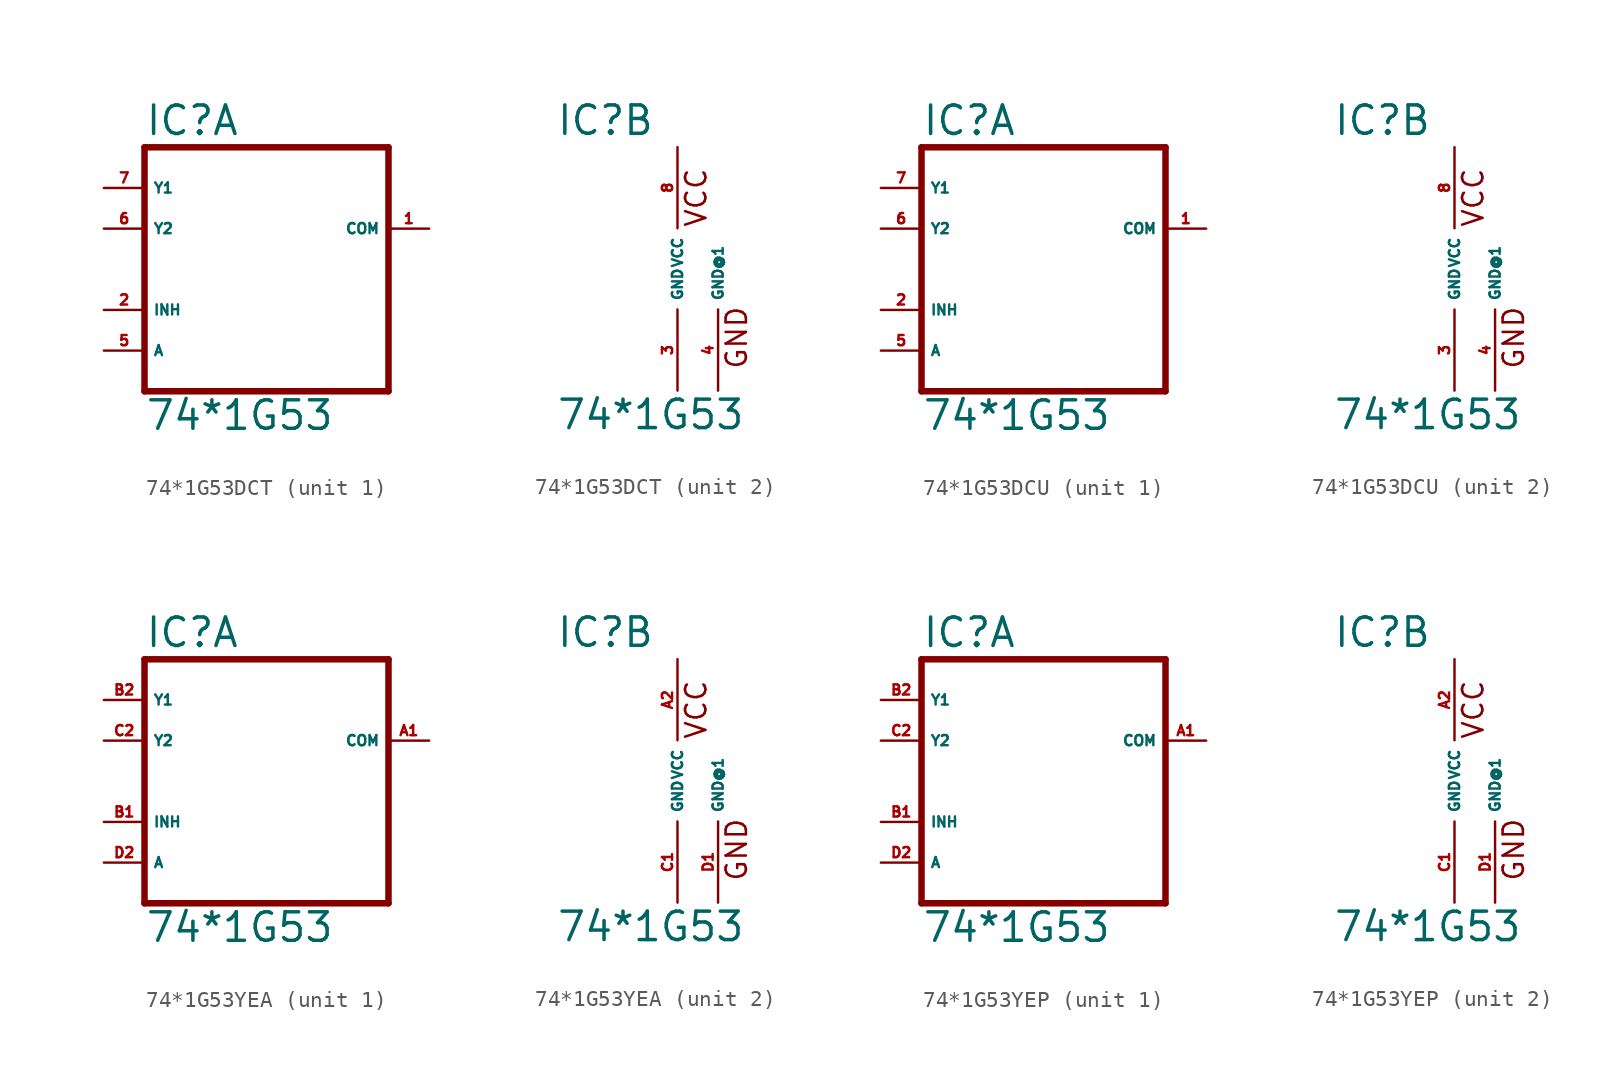
<source format=kicad_sym>
(kicad_symbol_lib
  (version 20220914)
  (generator Eagle2Kicad)
  (symbol "74*1G53DCT"
    (property "Reference" "IC"
      (at -7.62 8.255 0)
      (effects (font (size 1.778 1.778) (thickness 0.22)) (justify left bottom)))
    (property "Value" "74*1G53"
      (at -7.62 -10.16 0)
      (effects (font (size 1.778 1.778) (thickness 0.22)) (justify left bottom)))
    (symbol "74*1G53DCT_1_0"
      (polyline (pts (xy -7.62 -7.62) (xy 7.62 -7.62)) (stroke (width 0.406) (type default)) (fill (type none)))
      (polyline (pts (xy 7.62 -7.62) (xy 7.62 7.62)) (stroke (width 0.406) (type default)) (fill (type none)))
      (polyline (pts (xy 7.62 7.62) (xy -7.62 7.62)) (stroke (width 0.406) (type default)) (fill (type none)))
      (polyline (pts (xy -7.62 7.62) (xy -7.62 -7.62)) (stroke (width 0.406) (type default)) (fill (type none)))
      (pin input line (at -10.16 -5.08 0) (length 2.54) (name "A" (effects (font (size 0.635 0.635) (thickness 0.08)) (justify left bottom))) (number "5" (effects (font (size 0.635 0.635) (thickness 0.08)) (justify left bottom))))
      (pin bidirectional line (at -10.16 5.08 0) (length 2.54) (name "Y1" (effects (font (size 0.635 0.635) (thickness 0.08)) (justify left bottom))) (number "7" (effects (font (size 0.635 0.635) (thickness 0.08)) (justify left bottom))))
      (pin bidirectional line (at -10.16 2.54 0) (length 2.54) (name "Y2" (effects (font (size 0.635 0.635) (thickness 0.08)) (justify left bottom))) (number "6" (effects (font (size 0.635 0.635) (thickness 0.08)) (justify left bottom))))
      (pin bidirectional line (at 10.16 2.54 180) (length 2.54) (name "COM" (effects (font (size 0.635 0.635) (thickness 0.08)) (justify left bottom))) (number "1" (effects (font (size 0.635 0.635) (thickness 0.08)) (justify left bottom))))
      (pin input line (at -10.16 -2.54 0) (length 2.54) (name "INH" (effects (font (size 0.635 0.635) (thickness 0.08)) (justify left bottom))) (number "2" (effects (font (size 0.635 0.635) (thickness 0.08)) (justify left bottom)))))
    (symbol "74*1G53DCT_2_0"
      (text "GND" (at 4.445 -6.35 900) (effects (font (size 1.27 1.27) (thickness 0.16)) (justify left bottom)))
      (text "VCC" (at 1.905 2.54 900) (effects (font (size 1.27 1.27) (thickness 0.16)) (justify left bottom)))
      (pin unspecified line (at 0 -7.62 90) (length 5.08) (name "GND" (effects (font (size 0.635 0.635) (thickness 0.08)) (justify left bottom))) (number "3" (effects (font (size 0.635 0.635) (thickness 0.08)) (justify left bottom))))
      (pin unspecified line (at 0 7.62 270) (length 5.08) (name "VCC" (effects (font (size 0.635 0.635) (thickness 0.08)) (justify left bottom))) (number "8" (effects (font (size 0.635 0.635) (thickness 0.08)) (justify left bottom))))
      (pin unspecified line (at 2.54 -7.62 90) (length 5.08) (name "GND@1" (effects (font (size 0.635 0.635) (thickness 0.08)) (justify left bottom))) (number "4" (effects (font (size 0.635 0.635) (thickness 0.08)) (justify left bottom))))))
  (symbol "74*1G53DCU"
    (property "Reference" "IC"
      (at -7.62 8.255 0)
      (effects (font (size 1.778 1.778) (thickness 0.22)) (justify left bottom)))
    (property "Value" "74*1G53"
      (at -7.62 -10.16 0)
      (effects (font (size 1.778 1.778) (thickness 0.22)) (justify left bottom)))
    (symbol "74*1G53DCU_1_0"
      (polyline (pts (xy -7.62 -7.62) (xy 7.62 -7.62)) (stroke (width 0.406) (type default)) (fill (type none)))
      (polyline (pts (xy 7.62 -7.62) (xy 7.62 7.62)) (stroke (width 0.406) (type default)) (fill (type none)))
      (polyline (pts (xy 7.62 7.62) (xy -7.62 7.62)) (stroke (width 0.406) (type default)) (fill (type none)))
      (polyline (pts (xy -7.62 7.62) (xy -7.62 -7.62)) (stroke (width 0.406) (type default)) (fill (type none)))
      (pin input line (at -10.16 -5.08 0) (length 2.54) (name "A" (effects (font (size 0.635 0.635) (thickness 0.08)) (justify left bottom))) (number "5" (effects (font (size 0.635 0.635) (thickness 0.08)) (justify left bottom))))
      (pin bidirectional line (at -10.16 5.08 0) (length 2.54) (name "Y1" (effects (font (size 0.635 0.635) (thickness 0.08)) (justify left bottom))) (number "7" (effects (font (size 0.635 0.635) (thickness 0.08)) (justify left bottom))))
      (pin bidirectional line (at -10.16 2.54 0) (length 2.54) (name "Y2" (effects (font (size 0.635 0.635) (thickness 0.08)) (justify left bottom))) (number "6" (effects (font (size 0.635 0.635) (thickness 0.08)) (justify left bottom))))
      (pin bidirectional line (at 10.16 2.54 180) (length 2.54) (name "COM" (effects (font (size 0.635 0.635) (thickness 0.08)) (justify left bottom))) (number "1" (effects (font (size 0.635 0.635) (thickness 0.08)) (justify left bottom))))
      (pin input line (at -10.16 -2.54 0) (length 2.54) (name "INH" (effects (font (size 0.635 0.635) (thickness 0.08)) (justify left bottom))) (number "2" (effects (font (size 0.635 0.635) (thickness 0.08)) (justify left bottom)))))
    (symbol "74*1G53DCU_2_0"
      (text "GND" (at 4.445 -6.35 900) (effects (font (size 1.27 1.27) (thickness 0.16)) (justify left bottom)))
      (text "VCC" (at 1.905 2.54 900) (effects (font (size 1.27 1.27) (thickness 0.16)) (justify left bottom)))
      (pin unspecified line (at 0 -7.62 90) (length 5.08) (name "GND" (effects (font (size 0.635 0.635) (thickness 0.08)) (justify left bottom))) (number "3" (effects (font (size 0.635 0.635) (thickness 0.08)) (justify left bottom))))
      (pin unspecified line (at 0 7.62 270) (length 5.08) (name "VCC" (effects (font (size 0.635 0.635) (thickness 0.08)) (justify left bottom))) (number "8" (effects (font (size 0.635 0.635) (thickness 0.08)) (justify left bottom))))
      (pin unspecified line (at 2.54 -7.62 90) (length 5.08) (name "GND@1" (effects (font (size 0.635 0.635) (thickness 0.08)) (justify left bottom))) (number "4" (effects (font (size 0.635 0.635) (thickness 0.08)) (justify left bottom))))))
  (symbol "74*1G53YEA"
    (property "Reference" "IC"
      (at -7.62 8.255 0)
      (effects (font (size 1.778 1.778) (thickness 0.22)) (justify left bottom)))
    (property "Value" "74*1G53"
      (at -7.62 -10.16 0)
      (effects (font (size 1.778 1.778) (thickness 0.22)) (justify left bottom)))
    (symbol "74*1G53YEA_1_0"
      (polyline (pts (xy -7.62 -7.62) (xy 7.62 -7.62)) (stroke (width 0.406) (type default)) (fill (type none)))
      (polyline (pts (xy 7.62 -7.62) (xy 7.62 7.62)) (stroke (width 0.406) (type default)) (fill (type none)))
      (polyline (pts (xy 7.62 7.62) (xy -7.62 7.62)) (stroke (width 0.406) (type default)) (fill (type none)))
      (polyline (pts (xy -7.62 7.62) (xy -7.62 -7.62)) (stroke (width 0.406) (type default)) (fill (type none)))
      (pin input line (at -10.16 -5.08 0) (length 2.54) (name "A" (effects (font (size 0.635 0.635) (thickness 0.08)) (justify left bottom))) (number "D2" (effects (font (size 0.635 0.635) (thickness 0.08)) (justify left bottom))))
      (pin bidirectional line (at -10.16 5.08 0) (length 2.54) (name "Y1" (effects (font (size 0.635 0.635) (thickness 0.08)) (justify left bottom))) (number "B2" (effects (font (size 0.635 0.635) (thickness 0.08)) (justify left bottom))))
      (pin bidirectional line (at -10.16 2.54 0) (length 2.54) (name "Y2" (effects (font (size 0.635 0.635) (thickness 0.08)) (justify left bottom))) (number "C2" (effects (font (size 0.635 0.635) (thickness 0.08)) (justify left bottom))))
      (pin bidirectional line (at 10.16 2.54 180) (length 2.54) (name "COM" (effects (font (size 0.635 0.635) (thickness 0.08)) (justify left bottom))) (number "A1" (effects (font (size 0.635 0.635) (thickness 0.08)) (justify left bottom))))
      (pin input line (at -10.16 -2.54 0) (length 2.54) (name "INH" (effects (font (size 0.635 0.635) (thickness 0.08)) (justify left bottom))) (number "B1" (effects (font (size 0.635 0.635) (thickness 0.08)) (justify left bottom)))))
    (symbol "74*1G53YEA_2_0"
      (text "GND" (at 4.445 -6.35 900) (effects (font (size 1.27 1.27) (thickness 0.16)) (justify left bottom)))
      (text "VCC" (at 1.905 2.54 900) (effects (font (size 1.27 1.27) (thickness 0.16)) (justify left bottom)))
      (pin unspecified line (at 0 -7.62 90) (length 5.08) (name "GND" (effects (font (size 0.635 0.635) (thickness 0.08)) (justify left bottom))) (number "C1" (effects (font (size 0.635 0.635) (thickness 0.08)) (justify left bottom))))
      (pin unspecified line (at 0 7.62 270) (length 5.08) (name "VCC" (effects (font (size 0.635 0.635) (thickness 0.08)) (justify left bottom))) (number "A2" (effects (font (size 0.635 0.635) (thickness 0.08)) (justify left bottom))))
      (pin unspecified line (at 2.54 -7.62 90) (length 5.08) (name "GND@1" (effects (font (size 0.635 0.635) (thickness 0.08)) (justify left bottom))) (number "D1" (effects (font (size 0.635 0.635) (thickness 0.08)) (justify left bottom))))))
  (symbol "74*1G53YEP"
    (property "Reference" "IC"
      (at -7.62 8.255 0)
      (effects (font (size 1.778 1.778) (thickness 0.22)) (justify left bottom)))
    (property "Value" "74*1G53"
      (at -7.62 -10.16 0)
      (effects (font (size 1.778 1.778) (thickness 0.22)) (justify left bottom)))
    (symbol "74*1G53YEP_1_0"
      (polyline (pts (xy -7.62 -7.62) (xy 7.62 -7.62)) (stroke (width 0.406) (type default)) (fill (type none)))
      (polyline (pts (xy 7.62 -7.62) (xy 7.62 7.62)) (stroke (width 0.406) (type default)) (fill (type none)))
      (polyline (pts (xy 7.62 7.62) (xy -7.62 7.62)) (stroke (width 0.406) (type default)) (fill (type none)))
      (polyline (pts (xy -7.62 7.62) (xy -7.62 -7.62)) (stroke (width 0.406) (type default)) (fill (type none)))
      (pin input line (at -10.16 -5.08 0) (length 2.54) (name "A" (effects (font (size 0.635 0.635) (thickness 0.08)) (justify left bottom))) (number "D2" (effects (font (size 0.635 0.635) (thickness 0.08)) (justify left bottom))))
      (pin bidirectional line (at -10.16 5.08 0) (length 2.54) (name "Y1" (effects (font (size 0.635 0.635) (thickness 0.08)) (justify left bottom))) (number "B2" (effects (font (size 0.635 0.635) (thickness 0.08)) (justify left bottom))))
      (pin bidirectional line (at -10.16 2.54 0) (length 2.54) (name "Y2" (effects (font (size 0.635 0.635) (thickness 0.08)) (justify left bottom))) (number "C2" (effects (font (size 0.635 0.635) (thickness 0.08)) (justify left bottom))))
      (pin bidirectional line (at 10.16 2.54 180) (length 2.54) (name "COM" (effects (font (size 0.635 0.635) (thickness 0.08)) (justify left bottom))) (number "A1" (effects (font (size 0.635 0.635) (thickness 0.08)) (justify left bottom))))
      (pin input line (at -10.16 -2.54 0) (length 2.54) (name "INH" (effects (font (size 0.635 0.635) (thickness 0.08)) (justify left bottom))) (number "B1" (effects (font (size 0.635 0.635) (thickness 0.08)) (justify left bottom)))))
    (symbol "74*1G53YEP_2_0"
      (text "GND" (at 4.445 -6.35 900) (effects (font (size 1.27 1.27) (thickness 0.16)) (justify left bottom)))
      (text "VCC" (at 1.905 2.54 900) (effects (font (size 1.27 1.27) (thickness 0.16)) (justify left bottom)))
      (pin unspecified line (at 0 -7.62 90) (length 5.08) (name "GND" (effects (font (size 0.635 0.635) (thickness 0.08)) (justify left bottom))) (number "C1" (effects (font (size 0.635 0.635) (thickness 0.08)) (justify left bottom))))
      (pin unspecified line (at 0 7.62 270) (length 5.08) (name "VCC" (effects (font (size 0.635 0.635) (thickness 0.08)) (justify left bottom))) (number "A2" (effects (font (size 0.635 0.635) (thickness 0.08)) (justify left bottom))))
      (pin unspecified line (at 2.54 -7.62 90) (length 5.08) (name "GND@1" (effects (font (size 0.635 0.635) (thickness 0.08)) (justify left bottom))) (number "D1" (effects (font (size 0.635 0.635) (thickness 0.08)) (justify left bottom)))))))
</source>
